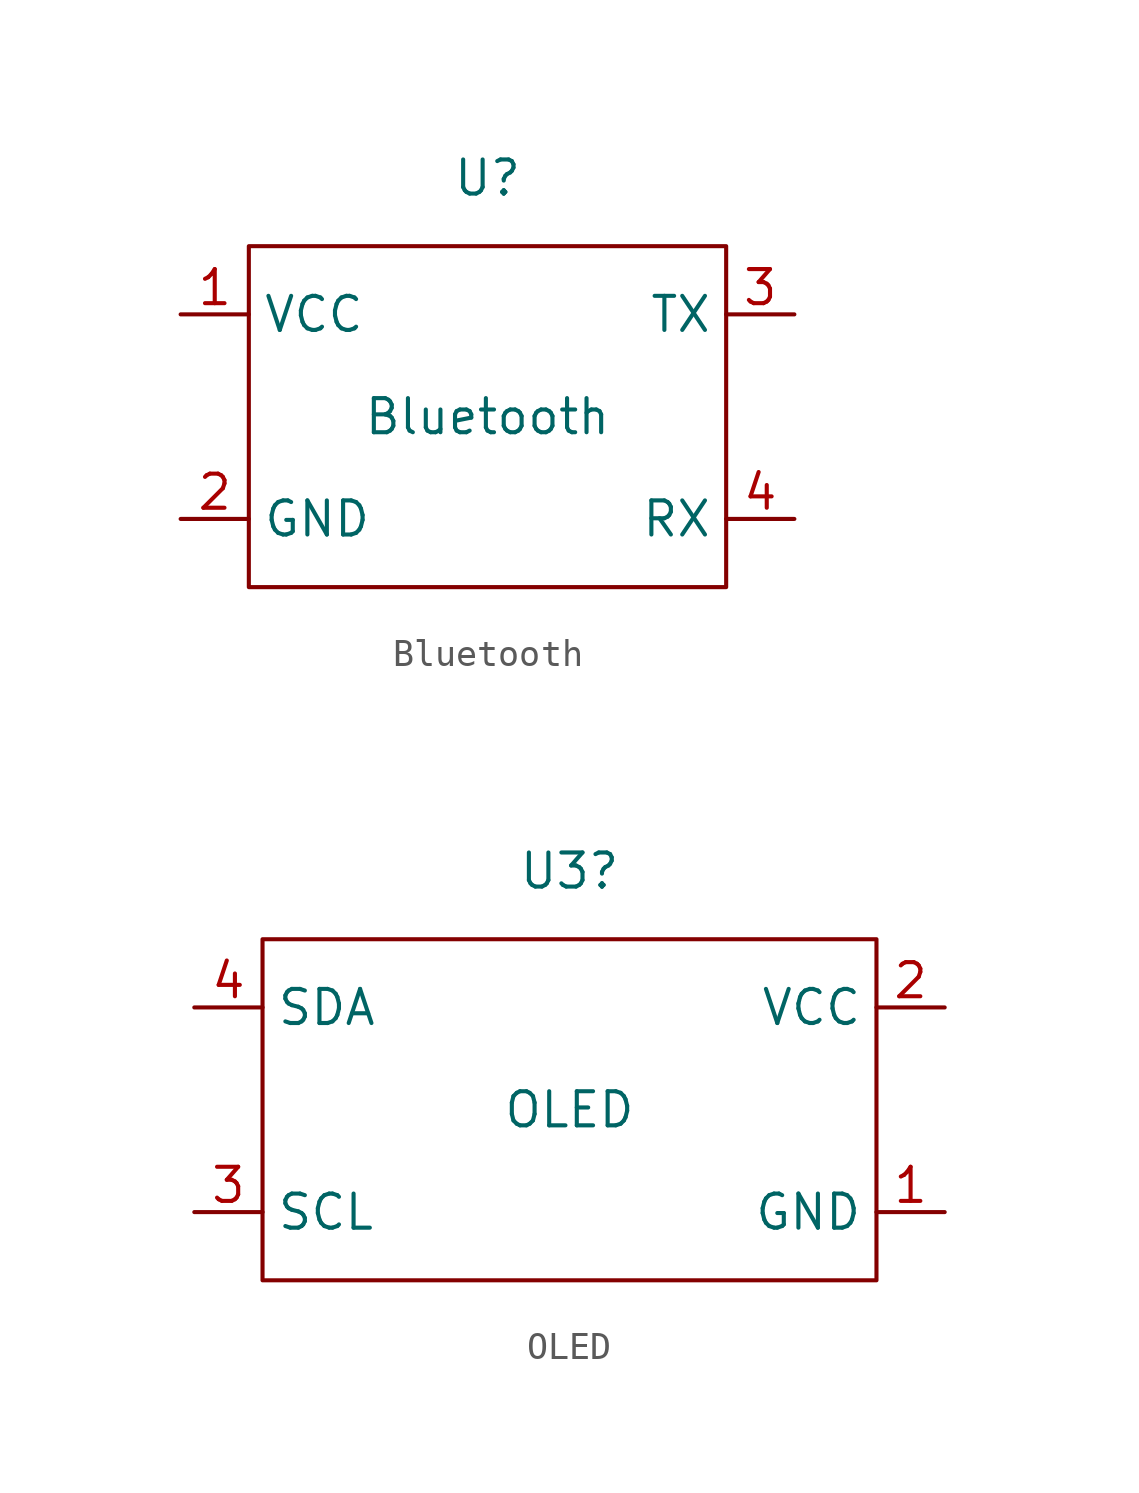
<source format=kicad_sym>
(kicad_symbol_lib
  (version 20211014)
  (generator kicad_symbol_editor)
  (symbol "Bluetooth"
    (property "Reference" "U"
      (at 0 10.16 0)
      (effects (font (size 1.27 1.27))))
    (property "Value" "Bluetooth"
      (at 0 1.27 0)
      (effects (font (size 1.27 1.27))))
    (symbol "Bluetooth_0_1"
      (rectangle (start -8.89 7.62) (end 8.89 -5.08) (stroke (width 0) (type default) (color 0 0 0 0)) (fill (type none))))
    (symbol "Bluetooth_1_1"
      (pin input line (at -11.43 5.08 0) (length 2.54) (name "VCC" (effects (font (size 1.27 1.27)))) (number "1" (effects (font (size 1.27 1.27)))))
      (pin input line (at -11.43 -2.54 0) (length 2.54) (name "GND" (effects (font (size 1.27 1.27)))) (number "2" (effects (font (size 1.27 1.27)))))
      (pin bidirectional line (at 11.43 5.08 180) (length 2.54) (name "TX" (effects (font (size 1.27 1.27)))) (number "3" (effects (font (size 1.27 1.27)))))
      (pin bidirectional line (at 11.43 -2.54 180) (length 2.54) (name "RX" (effects (font (size 1.27 1.27)))) (number "4" (effects (font (size 1.27 1.27)))))))
  (symbol "OLED"
    (property "Reference" "U3"
      (at 0 0 0)
      (effects (font (size 1.27 1.27))))
    (property "Value" "OLED"
      (at 0 -8.89 0)
      (effects (font (size 1.27 1.27))))
    (symbol "OLED_0_1"
      (rectangle (start -11.43 -2.54) (end 11.43 -15.24) (stroke (width 0) (type default) (color 0 0 0 0)) (fill (type none))))
    (symbol "OLED_1_1"
      (pin input line (at 13.97 -12.7 180) (length 2.54) (name "GND" (effects (font (size 1.27 1.27)))) (number "1" (effects (font (size 1.27 1.27)))))
      (pin input line (at 13.97 -5.08 180) (length 2.54) (name "VCC" (effects (font (size 1.27 1.27)))) (number "2" (effects (font (size 1.27 1.27)))))
      (pin bidirectional line (at -13.97 -12.7 0) (length 2.54) (name "SCL" (effects (font (size 1.27 1.27)))) (number "3" (effects (font (size 1.27 1.27)))))
      (pin bidirectional line (at -13.97 -5.08 0) (length 2.54) (name "SDA" (effects (font (size 1.27 1.27)))) (number "4" (effects (font (size 1.27 1.27))))))))
</source>
